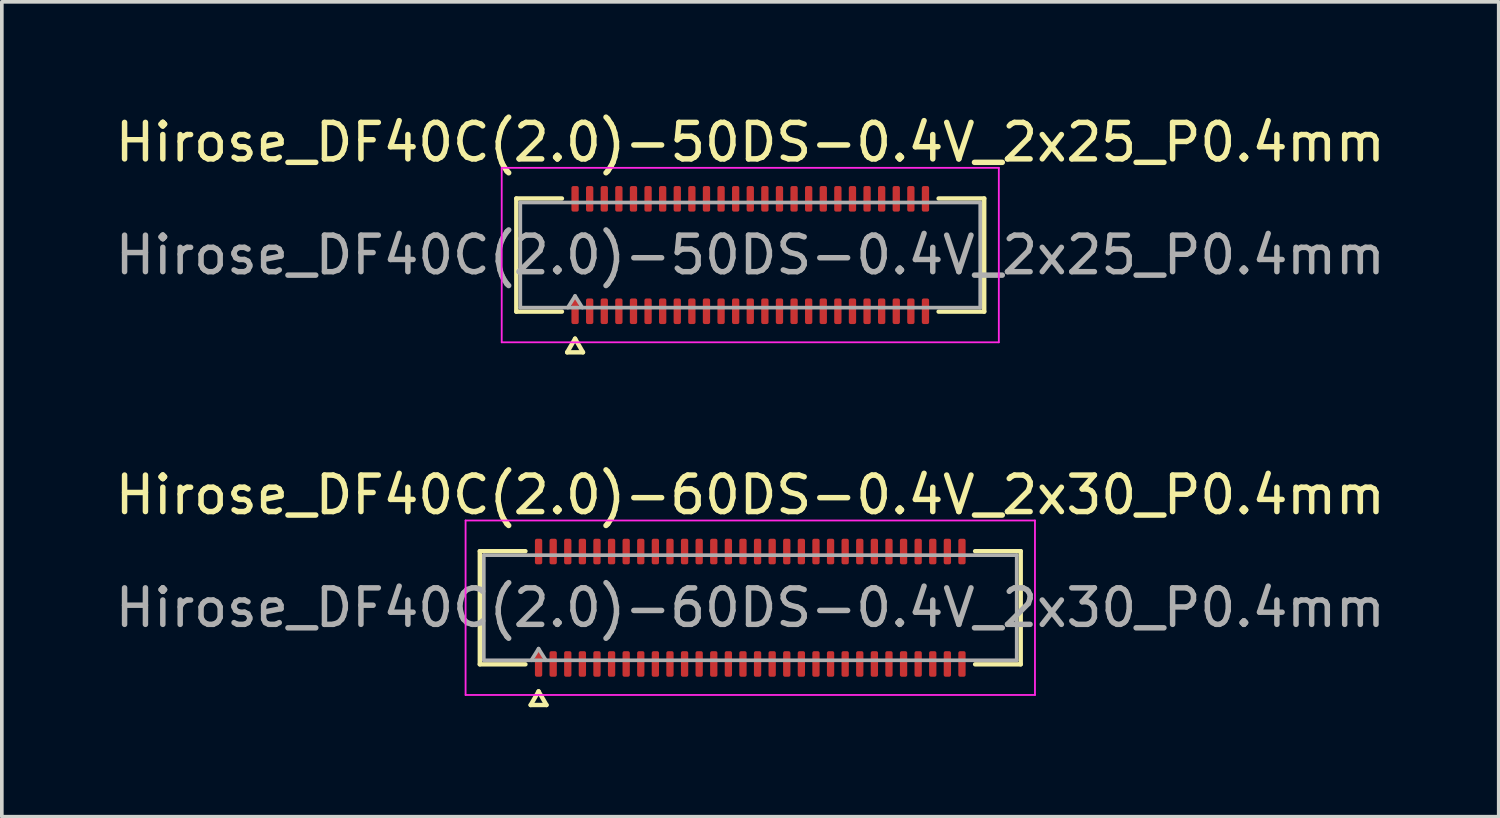
<source format=kicad_pcb>
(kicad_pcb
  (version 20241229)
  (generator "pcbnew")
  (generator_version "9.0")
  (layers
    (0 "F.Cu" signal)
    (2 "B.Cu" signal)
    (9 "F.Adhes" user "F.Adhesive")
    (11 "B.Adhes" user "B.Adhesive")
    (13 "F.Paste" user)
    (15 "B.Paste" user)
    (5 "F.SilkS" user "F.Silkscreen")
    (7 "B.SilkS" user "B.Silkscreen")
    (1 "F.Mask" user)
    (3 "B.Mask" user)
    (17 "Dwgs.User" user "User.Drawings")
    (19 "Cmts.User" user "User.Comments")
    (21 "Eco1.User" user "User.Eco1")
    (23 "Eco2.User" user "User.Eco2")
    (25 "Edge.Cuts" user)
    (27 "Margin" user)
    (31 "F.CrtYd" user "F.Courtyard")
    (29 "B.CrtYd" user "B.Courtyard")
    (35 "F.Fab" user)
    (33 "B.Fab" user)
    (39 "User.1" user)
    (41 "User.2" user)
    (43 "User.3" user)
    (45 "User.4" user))
  (footprint "Hirose_DF40C(2.0)-50DS-0.4V_2x25_P0.4mm"
    (layer "F.Cu")
    (at 17.506 3.938)
    (property "Reference" "Hirose_DF40C(2.0)-50DS-0.4V_2x25_P0.4mm" (at 0 -3.09 0) (layer "F.SilkS") (effects (font (size 1 1) (thickness 0.15))))
    (attr smd)
    (fp_line (start -6.41 -1.55) (end -5.16 -1.55) (stroke (width 0.12) (type solid)) (layer "F.SilkS"))
    (fp_line (start -6.41 1.55) (end -6.41 -1.55) (stroke (width 0.12) (type solid)) (layer "F.SilkS"))
    (fp_line (start -5.16 1.55) (end -6.41 1.55) (stroke (width 0.12) (type solid)) (layer "F.SilkS"))
    (fp_line (start -5.017 2.665) (end -4.8 2.29) (stroke (width 0.12) (type solid)) (layer "F.SilkS"))
    (fp_line (start -4.8 2.29) (end -4.583 2.665) (stroke (width 0.12) (type solid)) (layer "F.SilkS"))
    (fp_line (start -4.583 2.665) (end -5.017 2.665) (stroke (width 0.12) (type solid)) (layer "F.SilkS"))
    (fp_line (start 5.16 -1.55) (end 6.41 -1.55) (stroke (width 0.12) (type solid)) (layer "F.SilkS"))
    (fp_line (start 6.41 -1.55) (end 6.41 1.55) (stroke (width 0.12) (type solid)) (layer "F.SilkS"))
    (fp_line (start 6.41 1.55) (end 5.16 1.55) (stroke (width 0.12) (type solid)) (layer "F.SilkS"))
    (fp_line (start -6.81 -2.39) (end -6.81 2.39) (stroke (width 0.05) (type solid)) (layer "F.CrtYd"))
    (fp_line (start -6.81 2.39) (end 6.81 2.39) (stroke (width 0.05) (type solid)) (layer "F.CrtYd"))
    (fp_line (start 6.81 -2.39) (end -6.81 -2.39) (stroke (width 0.05) (type solid)) (layer "F.CrtYd"))
    (fp_line (start 6.81 2.39) (end 6.81 -2.39) (stroke (width 0.05) (type solid)) (layer "F.CrtYd"))
    (fp_line (start -6.3 -1.44) (end 6.3 -1.44) (stroke (width 0.1) (type solid)) (layer "F.Fab"))
    (fp_line (start -6.3 1.44) (end -6.3 -1.44) (stroke (width 0.1) (type solid)) (layer "F.Fab"))
    (fp_line (start -5 1.44) (end -4.8 1.12) (stroke (width 0.1) (type solid)) (layer "F.Fab"))
    (fp_line (start -4.8 1.12) (end -4.6 1.44) (stroke (width 0.1) (type solid)) (layer "F.Fab"))
    (fp_line (start 6.3 -1.44) (end 6.3 1.44) (stroke (width 0.1) (type solid)) (layer "F.Fab"))
    (fp_line (start 6.3 1.44) (end -6.3 1.44) (stroke (width 0.1) (type solid)) (layer "F.Fab"))
    (fp_text user "${REFERENCE}" (at 0 0 0) (layer "F.Fab") (effects (font (size 1 1) (thickness 0.15))))
    (pad "1" smd roundrect (at -4.8 1.54) (size 0.2 0.7) (layers "F.Cu" "F.Mask" "F.Paste") (roundrect_rratio 0.25))
    (pad "2" smd roundrect (at -4.8 -1.54) (size 0.2 0.7) (layers "F.Cu" "F.Mask" "F.Paste") (roundrect_rratio 0.25))
    (pad "3" smd roundrect (at -4.4 1.54) (size 0.2 0.7) (layers "F.Cu" "F.Mask" "F.Paste") (roundrect_rratio 0.25))
    (pad "4" smd roundrect (at -4.4 -1.54) (size 0.2 0.7) (layers "F.Cu" "F.Mask" "F.Paste") (roundrect_rratio 0.25))
    (pad "5" smd roundrect (at -4 1.54) (size 0.2 0.7) (layers "F.Cu" "F.Mask" "F.Paste") (roundrect_rratio 0.25))
    (pad "6" smd roundrect (at -4 -1.54) (size 0.2 0.7) (layers "F.Cu" "F.Mask" "F.Paste") (roundrect_rratio 0.25))
    (pad "7" smd roundrect (at -3.6 1.54) (size 0.2 0.7) (layers "F.Cu" "F.Mask" "F.Paste") (roundrect_rratio 0.25))
    (pad "8" smd roundrect (at -3.6 -1.54) (size 0.2 0.7) (layers "F.Cu" "F.Mask" "F.Paste") (roundrect_rratio 0.25))
    (pad "9" smd roundrect (at -3.2 1.54) (size 0.2 0.7) (layers "F.Cu" "F.Mask" "F.Paste") (roundrect_rratio 0.25))
    (pad "10" smd roundrect (at -3.2 -1.54) (size 0.2 0.7) (layers "F.Cu" "F.Mask" "F.Paste") (roundrect_rratio 0.25))
    (pad "11" smd roundrect (at -2.8 1.54) (size 0.2 0.7) (layers "F.Cu" "F.Mask" "F.Paste") (roundrect_rratio 0.25))
    (pad "12" smd roundrect (at -2.8 -1.54) (size 0.2 0.7) (layers "F.Cu" "F.Mask" "F.Paste") (roundrect_rratio 0.25))
    (pad "13" smd roundrect (at -2.4 1.54) (size 0.2 0.7) (layers "F.Cu" "F.Mask" "F.Paste") (roundrect_rratio 0.25))
    (pad "14" smd roundrect (at -2.4 -1.54) (size 0.2 0.7) (layers "F.Cu" "F.Mask" "F.Paste") (roundrect_rratio 0.25))
    (pad "15" smd roundrect (at -2 1.54) (size 0.2 0.7) (layers "F.Cu" "F.Mask" "F.Paste") (roundrect_rratio 0.25))
    (pad "16" smd roundrect (at -2 -1.54) (size 0.2 0.7) (layers "F.Cu" "F.Mask" "F.Paste") (roundrect_rratio 0.25))
    (pad "17" smd roundrect (at -1.6 1.54) (size 0.2 0.7) (layers "F.Cu" "F.Mask" "F.Paste") (roundrect_rratio 0.25))
    (pad "18" smd roundrect (at -1.6 -1.54) (size 0.2 0.7) (layers "F.Cu" "F.Mask" "F.Paste") (roundrect_rratio 0.25))
    (pad "19" smd roundrect (at -1.2 1.54) (size 0.2 0.7) (layers "F.Cu" "F.Mask" "F.Paste") (roundrect_rratio 0.25))
    (pad "20" smd roundrect (at -1.2 -1.54) (size 0.2 0.7) (layers "F.Cu" "F.Mask" "F.Paste") (roundrect_rratio 0.25))
    (pad "21" smd roundrect (at -0.8 1.54) (size 0.2 0.7) (layers "F.Cu" "F.Mask" "F.Paste") (roundrect_rratio 0.25))
    (pad "22" smd roundrect (at -0.8 -1.54) (size 0.2 0.7) (layers "F.Cu" "F.Mask" "F.Paste") (roundrect_rratio 0.25))
    (pad "23" smd roundrect (at -0.4 1.54) (size 0.2 0.7) (layers "F.Cu" "F.Mask" "F.Paste") (roundrect_rratio 0.25))
    (pad "24" smd roundrect (at -0.4 -1.54) (size 0.2 0.7) (layers "F.Cu" "F.Mask" "F.Paste") (roundrect_rratio 0.25))
    (pad "25" smd roundrect (at 0 1.54) (size 0.2 0.7) (layers "F.Cu" "F.Mask" "F.Paste") (roundrect_rratio 0.25))
    (pad "26" smd roundrect (at 0 -1.54) (size 0.2 0.7) (layers "F.Cu" "F.Mask" "F.Paste") (roundrect_rratio 0.25))
    (pad "27" smd roundrect (at 0.4 1.54) (size 0.2 0.7) (layers "F.Cu" "F.Mask" "F.Paste") (roundrect_rratio 0.25))
    (pad "28" smd roundrect (at 0.4 -1.54) (size 0.2 0.7) (layers "F.Cu" "F.Mask" "F.Paste") (roundrect_rratio 0.25))
    (pad "29" smd roundrect (at 0.8 1.54) (size 0.2 0.7) (layers "F.Cu" "F.Mask" "F.Paste") (roundrect_rratio 0.25))
    (pad "30" smd roundrect (at 0.8 -1.54) (size 0.2 0.7) (layers "F.Cu" "F.Mask" "F.Paste") (roundrect_rratio 0.25))
    (pad "31" smd roundrect (at 1.2 1.54) (size 0.2 0.7) (layers "F.Cu" "F.Mask" "F.Paste") (roundrect_rratio 0.25))
    (pad "32" smd roundrect (at 1.2 -1.54) (size 0.2 0.7) (layers "F.Cu" "F.Mask" "F.Paste") (roundrect_rratio 0.25))
    (pad "33" smd roundrect (at 1.6 1.54) (size 0.2 0.7) (layers "F.Cu" "F.Mask" "F.Paste") (roundrect_rratio 0.25))
    (pad "34" smd roundrect (at 1.6 -1.54) (size 0.2 0.7) (layers "F.Cu" "F.Mask" "F.Paste") (roundrect_rratio 0.25))
    (pad "35" smd roundrect (at 2 1.54) (size 0.2 0.7) (layers "F.Cu" "F.Mask" "F.Paste") (roundrect_rratio 0.25))
    (pad "36" smd roundrect (at 2 -1.54) (size 0.2 0.7) (layers "F.Cu" "F.Mask" "F.Paste") (roundrect_rratio 0.25))
    (pad "37" smd roundrect (at 2.4 1.54) (size 0.2 0.7) (layers "F.Cu" "F.Mask" "F.Paste") (roundrect_rratio 0.25))
    (pad "38" smd roundrect (at 2.4 -1.54) (size 0.2 0.7) (layers "F.Cu" "F.Mask" "F.Paste") (roundrect_rratio 0.25))
    (pad "39" smd roundrect (at 2.8 1.54) (size 0.2 0.7) (layers "F.Cu" "F.Mask" "F.Paste") (roundrect_rratio 0.25))
    (pad "40" smd roundrect (at 2.8 -1.54) (size 0.2 0.7) (layers "F.Cu" "F.Mask" "F.Paste") (roundrect_rratio 0.25))
    (pad "41" smd roundrect (at 3.2 1.54) (size 0.2 0.7) (layers "F.Cu" "F.Mask" "F.Paste") (roundrect_rratio 0.25))
    (pad "42" smd roundrect (at 3.2 -1.54) (size 0.2 0.7) (layers "F.Cu" "F.Mask" "F.Paste") (roundrect_rratio 0.25))
    (pad "43" smd roundrect (at 3.6 1.54) (size 0.2 0.7) (layers "F.Cu" "F.Mask" "F.Paste") (roundrect_rratio 0.25))
    (pad "44" smd roundrect (at 3.6 -1.54) (size 0.2 0.7) (layers "F.Cu" "F.Mask" "F.Paste") (roundrect_rratio 0.25))
    (pad "45" smd roundrect (at 4 1.54) (size 0.2 0.7) (layers "F.Cu" "F.Mask" "F.Paste") (roundrect_rratio 0.25))
    (pad "46" smd roundrect (at 4 -1.54) (size 0.2 0.7) (layers "F.Cu" "F.Mask" "F.Paste") (roundrect_rratio 0.25))
    (pad "47" smd roundrect (at 4.4 1.54) (size 0.2 0.7) (layers "F.Cu" "F.Mask" "F.Paste") (roundrect_rratio 0.25))
    (pad "48" smd roundrect (at 4.4 -1.54) (size 0.2 0.7) (layers "F.Cu" "F.Mask" "F.Paste") (roundrect_rratio 0.25))
    (pad "49" smd roundrect (at 4.8 1.54) (size 0.2 0.7) (layers "F.Cu" "F.Mask" "F.Paste") (roundrect_rratio 0.25))
    (pad "50" smd roundrect (at 4.8 -1.54) (size 0.2 0.7) (layers "F.Cu" "F.Mask" "F.Paste") (roundrect_rratio 0.25)))
  (footprint "Hirose_DF40C(2.0)-60DS-0.4V_2x30_P0.4mm"
    (layer "F.Cu")
    (at 17.506 13.601)
    (property "Reference" "Hirose_DF40C(2.0)-60DS-0.4V_2x30_P0.4mm" (at 0 -3.09 0) (layer "F.SilkS") (effects (font (size 1 1) (thickness 0.15))))
    (attr smd)
    (fp_line (start -7.41 -1.55) (end -6.16 -1.55) (stroke (width 0.12) (type solid)) (layer "F.SilkS"))
    (fp_line (start -7.41 1.55) (end -7.41 -1.55) (stroke (width 0.12) (type solid)) (layer "F.SilkS"))
    (fp_line (start -6.16 1.55) (end -7.41 1.55) (stroke (width 0.12) (type solid)) (layer "F.SilkS"))
    (fp_line (start -6.017 2.665) (end -5.8 2.29) (stroke (width 0.12) (type solid)) (layer "F.SilkS"))
    (fp_line (start -5.8 2.29) (end -5.583 2.665) (stroke (width 0.12) (type solid)) (layer "F.SilkS"))
    (fp_line (start -5.583 2.665) (end -6.017 2.665) (stroke (width 0.12) (type solid)) (layer "F.SilkS"))
    (fp_line (start 6.16 -1.55) (end 7.41 -1.55) (stroke (width 0.12) (type solid)) (layer "F.SilkS"))
    (fp_line (start 7.41 -1.55) (end 7.41 1.55) (stroke (width 0.12) (type solid)) (layer "F.SilkS"))
    (fp_line (start 7.41 1.55) (end 6.16 1.55) (stroke (width 0.12) (type solid)) (layer "F.SilkS"))
    (fp_line (start -7.8 -2.39) (end -7.8 2.39) (stroke (width 0.05) (type solid)) (layer "F.CrtYd"))
    (fp_line (start -7.8 2.39) (end 7.8 2.39) (stroke (width 0.05) (type solid)) (layer "F.CrtYd"))
    (fp_line (start 7.8 -2.39) (end -7.8 -2.39) (stroke (width 0.05) (type solid)) (layer "F.CrtYd"))
    (fp_line (start 7.8 2.39) (end 7.8 -2.39) (stroke (width 0.05) (type solid)) (layer "F.CrtYd"))
    (fp_line (start -7.3 -1.44) (end 7.3 -1.44) (stroke (width 0.1) (type solid)) (layer "F.Fab"))
    (fp_line (start -7.3 1.44) (end -7.3 -1.44) (stroke (width 0.1) (type solid)) (layer "F.Fab"))
    (fp_line (start -6 1.44) (end -5.8 1.12) (stroke (width 0.1) (type solid)) (layer "F.Fab"))
    (fp_line (start -5.8 1.12) (end -5.6 1.44) (stroke (width 0.1) (type solid)) (layer "F.Fab"))
    (fp_line (start 7.3 -1.44) (end 7.3 1.44) (stroke (width 0.1) (type solid)) (layer "F.Fab"))
    (fp_line (start 7.3 1.44) (end -7.3 1.44) (stroke (width 0.1) (type solid)) (layer "F.Fab"))
    (fp_text user "${REFERENCE}" (at 0 0 0) (layer "F.Fab") (effects (font (size 1 1) (thickness 0.15))))
    (pad "1" smd roundrect (at -5.8 1.54) (size 0.2 0.7) (layers "F.Cu" "F.Mask" "F.Paste") (roundrect_rratio 0.25))
    (pad "2" smd roundrect (at -5.8 -1.54) (size 0.2 0.7) (layers "F.Cu" "F.Mask" "F.Paste") (roundrect_rratio 0.25))
    (pad "3" smd roundrect (at -5.4 1.54) (size 0.2 0.7) (layers "F.Cu" "F.Mask" "F.Paste") (roundrect_rratio 0.25))
    (pad "4" smd roundrect (at -5.4 -1.54) (size 0.2 0.7) (layers "F.Cu" "F.Mask" "F.Paste") (roundrect_rratio 0.25))
    (pad "5" smd roundrect (at -5 1.54) (size 0.2 0.7) (layers "F.Cu" "F.Mask" "F.Paste") (roundrect_rratio 0.25))
    (pad "6" smd roundrect (at -5 -1.54) (size 0.2 0.7) (layers "F.Cu" "F.Mask" "F.Paste") (roundrect_rratio 0.25))
    (pad "7" smd roundrect (at -4.6 1.54) (size 0.2 0.7) (layers "F.Cu" "F.Mask" "F.Paste") (roundrect_rratio 0.25))
    (pad "8" smd roundrect (at -4.6 -1.54) (size 0.2 0.7) (layers "F.Cu" "F.Mask" "F.Paste") (roundrect_rratio 0.25))
    (pad "9" smd roundrect (at -4.2 1.54) (size 0.2 0.7) (layers "F.Cu" "F.Mask" "F.Paste") (roundrect_rratio 0.25))
    (pad "10" smd roundrect (at -4.2 -1.54) (size 0.2 0.7) (layers "F.Cu" "F.Mask" "F.Paste") (roundrect_rratio 0.25))
    (pad "11" smd roundrect (at -3.8 1.54) (size 0.2 0.7) (layers "F.Cu" "F.Mask" "F.Paste") (roundrect_rratio 0.25))
    (pad "12" smd roundrect (at -3.8 -1.54) (size 0.2 0.7) (layers "F.Cu" "F.Mask" "F.Paste") (roundrect_rratio 0.25))
    (pad "13" smd roundrect (at -3.4 1.54) (size 0.2 0.7) (layers "F.Cu" "F.Mask" "F.Paste") (roundrect_rratio 0.25))
    (pad "14" smd roundrect (at -3.4 -1.54) (size 0.2 0.7) (layers "F.Cu" "F.Mask" "F.Paste") (roundrect_rratio 0.25))
    (pad "15" smd roundrect (at -3 1.54) (size 0.2 0.7) (layers "F.Cu" "F.Mask" "F.Paste") (roundrect_rratio 0.25))
    (pad "16" smd roundrect (at -3 -1.54) (size 0.2 0.7) (layers "F.Cu" "F.Mask" "F.Paste") (roundrect_rratio 0.25))
    (pad "17" smd roundrect (at -2.6 1.54) (size 0.2 0.7) (layers "F.Cu" "F.Mask" "F.Paste") (roundrect_rratio 0.25))
    (pad "18" smd roundrect (at -2.6 -1.54) (size 0.2 0.7) (layers "F.Cu" "F.Mask" "F.Paste") (roundrect_rratio 0.25))
    (pad "19" smd roundrect (at -2.2 1.54) (size 0.2 0.7) (layers "F.Cu" "F.Mask" "F.Paste") (roundrect_rratio 0.25))
    (pad "20" smd roundrect (at -2.2 -1.54) (size 0.2 0.7) (layers "F.Cu" "F.Mask" "F.Paste") (roundrect_rratio 0.25))
    (pad "21" smd roundrect (at -1.8 1.54) (size 0.2 0.7) (layers "F.Cu" "F.Mask" "F.Paste") (roundrect_rratio 0.25))
    (pad "22" smd roundrect (at -1.8 -1.54) (size 0.2 0.7) (layers "F.Cu" "F.Mask" "F.Paste") (roundrect_rratio 0.25))
    (pad "23" smd roundrect (at -1.4 1.54) (size 0.2 0.7) (layers "F.Cu" "F.Mask" "F.Paste") (roundrect_rratio 0.25))
    (pad "24" smd roundrect (at -1.4 -1.54) (size 0.2 0.7) (layers "F.Cu" "F.Mask" "F.Paste") (roundrect_rratio 0.25))
    (pad "25" smd roundrect (at -1 1.54) (size 0.2 0.7) (layers "F.Cu" "F.Mask" "F.Paste") (roundrect_rratio 0.25))
    (pad "26" smd roundrect (at -1 -1.54) (size 0.2 0.7) (layers "F.Cu" "F.Mask" "F.Paste") (roundrect_rratio 0.25))
    (pad "27" smd roundrect (at -0.6 1.54) (size 0.2 0.7) (layers "F.Cu" "F.Mask" "F.Paste") (roundrect_rratio 0.25))
    (pad "28" smd roundrect (at -0.6 -1.54) (size 0.2 0.7) (layers "F.Cu" "F.Mask" "F.Paste") (roundrect_rratio 0.25))
    (pad "29" smd roundrect (at -0.2 1.54) (size 0.2 0.7) (layers "F.Cu" "F.Mask" "F.Paste") (roundrect_rratio 0.25))
    (pad "30" smd roundrect (at -0.2 -1.54) (size 0.2 0.7) (layers "F.Cu" "F.Mask" "F.Paste") (roundrect_rratio 0.25))
    (pad "31" smd roundrect (at 0.2 1.54) (size 0.2 0.7) (layers "F.Cu" "F.Mask" "F.Paste") (roundrect_rratio 0.25))
    (pad "32" smd roundrect (at 0.2 -1.54) (size 0.2 0.7) (layers "F.Cu" "F.Mask" "F.Paste") (roundrect_rratio 0.25))
    (pad "33" smd roundrect (at 0.6 1.54) (size 0.2 0.7) (layers "F.Cu" "F.Mask" "F.Paste") (roundrect_rratio 0.25))
    (pad "34" smd roundrect (at 0.6 -1.54) (size 0.2 0.7) (layers "F.Cu" "F.Mask" "F.Paste") (roundrect_rratio 0.25))
    (pad "35" smd roundrect (at 1 1.54) (size 0.2 0.7) (layers "F.Cu" "F.Mask" "F.Paste") (roundrect_rratio 0.25))
    (pad "36" smd roundrect (at 1 -1.54) (size 0.2 0.7) (layers "F.Cu" "F.Mask" "F.Paste") (roundrect_rratio 0.25))
    (pad "37" smd roundrect (at 1.4 1.54) (size 0.2 0.7) (layers "F.Cu" "F.Mask" "F.Paste") (roundrect_rratio 0.25))
    (pad "38" smd roundrect (at 1.4 -1.54) (size 0.2 0.7) (layers "F.Cu" "F.Mask" "F.Paste") (roundrect_rratio 0.25))
    (pad "39" smd roundrect (at 1.8 1.54) (size 0.2 0.7) (layers "F.Cu" "F.Mask" "F.Paste") (roundrect_rratio 0.25))
    (pad "40" smd roundrect (at 1.8 -1.54) (size 0.2 0.7) (layers "F.Cu" "F.Mask" "F.Paste") (roundrect_rratio 0.25))
    (pad "41" smd roundrect (at 2.2 1.54) (size 0.2 0.7) (layers "F.Cu" "F.Mask" "F.Paste") (roundrect_rratio 0.25))
    (pad "42" smd roundrect (at 2.2 -1.54) (size 0.2 0.7) (layers "F.Cu" "F.Mask" "F.Paste") (roundrect_rratio 0.25))
    (pad "43" smd roundrect (at 2.6 1.54) (size 0.2 0.7) (layers "F.Cu" "F.Mask" "F.Paste") (roundrect_rratio 0.25))
    (pad "44" smd roundrect (at 2.6 -1.54) (size 0.2 0.7) (layers "F.Cu" "F.Mask" "F.Paste") (roundrect_rratio 0.25))
    (pad "45" smd roundrect (at 3 1.54) (size 0.2 0.7) (layers "F.Cu" "F.Mask" "F.Paste") (roundrect_rratio 0.25))
    (pad "46" smd roundrect (at 3 -1.54) (size 0.2 0.7) (layers "F.Cu" "F.Mask" "F.Paste") (roundrect_rratio 0.25))
    (pad "47" smd roundrect (at 3.4 1.54) (size 0.2 0.7) (layers "F.Cu" "F.Mask" "F.Paste") (roundrect_rratio 0.25))
    (pad "48" smd roundrect (at 3.4 -1.54) (size 0.2 0.7) (layers "F.Cu" "F.Mask" "F.Paste") (roundrect_rratio 0.25))
    (pad "49" smd roundrect (at 3.8 1.54) (size 0.2 0.7) (layers "F.Cu" "F.Mask" "F.Paste") (roundrect_rratio 0.25))
    (pad "50" smd roundrect (at 3.8 -1.54) (size 0.2 0.7) (layers "F.Cu" "F.Mask" "F.Paste") (roundrect_rratio 0.25))
    (pad "51" smd roundrect (at 4.2 1.54) (size 0.2 0.7) (layers "F.Cu" "F.Mask" "F.Paste") (roundrect_rratio 0.25))
    (pad "52" smd roundrect (at 4.2 -1.54) (size 0.2 0.7) (layers "F.Cu" "F.Mask" "F.Paste") (roundrect_rratio 0.25))
    (pad "53" smd roundrect (at 4.6 1.54) (size 0.2 0.7) (layers "F.Cu" "F.Mask" "F.Paste") (roundrect_rratio 0.25))
    (pad "54" smd roundrect (at 4.6 -1.54) (size 0.2 0.7) (layers "F.Cu" "F.Mask" "F.Paste") (roundrect_rratio 0.25))
    (pad "55" smd roundrect (at 5 1.54) (size 0.2 0.7) (layers "F.Cu" "F.Mask" "F.Paste") (roundrect_rratio 0.25))
    (pad "56" smd roundrect (at 5 -1.54) (size 0.2 0.7) (layers "F.Cu" "F.Mask" "F.Paste") (roundrect_rratio 0.25))
    (pad "57" smd roundrect (at 5.4 1.54) (size 0.2 0.7) (layers "F.Cu" "F.Mask" "F.Paste") (roundrect_rratio 0.25))
    (pad "58" smd roundrect (at 5.4 -1.54) (size 0.2 0.7) (layers "F.Cu" "F.Mask" "F.Paste") (roundrect_rratio 0.25))
    (pad "59" smd roundrect (at 5.8 1.54) (size 0.2 0.7) (layers "F.Cu" "F.Mask" "F.Paste") (roundrect_rratio 0.25))
    (pad "60" smd roundrect (at 5.8 -1.54) (size 0.2 0.7) (layers "F.Cu" "F.Mask" "F.Paste") (roundrect_rratio 0.25)))
  (gr_rect
    (start -3 -3)
    (end 38.012 19.326)
    (stroke (width 0.1) (type default))
    (fill no)
    (layer "Edge.Cuts")))
</source>
